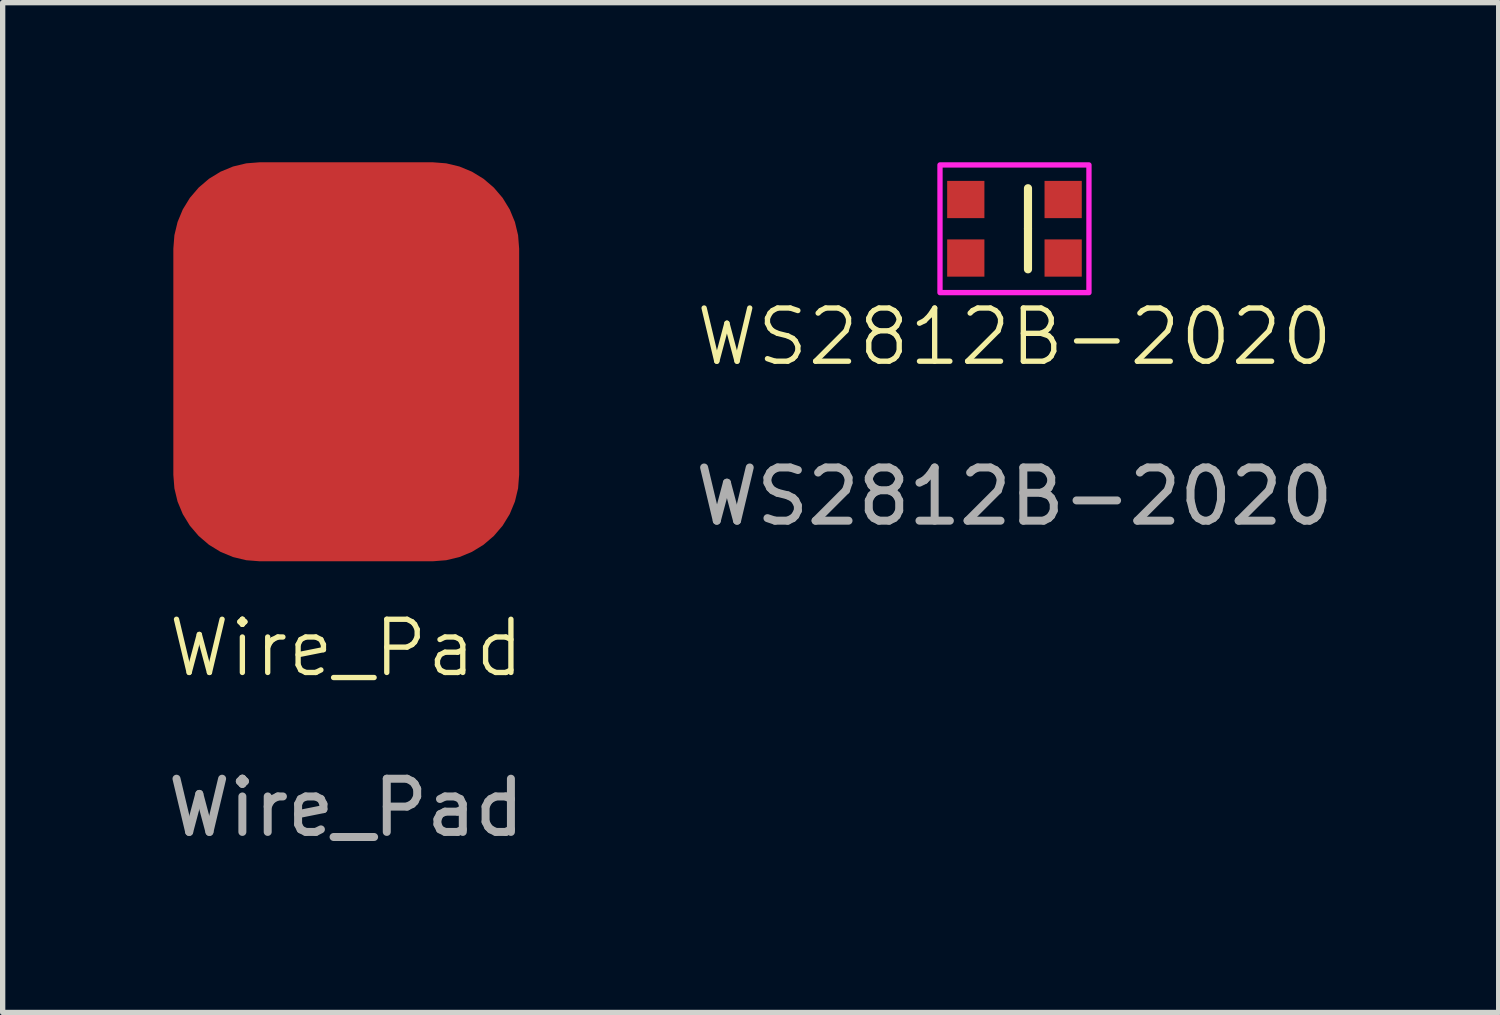
<source format=kicad_pcb>
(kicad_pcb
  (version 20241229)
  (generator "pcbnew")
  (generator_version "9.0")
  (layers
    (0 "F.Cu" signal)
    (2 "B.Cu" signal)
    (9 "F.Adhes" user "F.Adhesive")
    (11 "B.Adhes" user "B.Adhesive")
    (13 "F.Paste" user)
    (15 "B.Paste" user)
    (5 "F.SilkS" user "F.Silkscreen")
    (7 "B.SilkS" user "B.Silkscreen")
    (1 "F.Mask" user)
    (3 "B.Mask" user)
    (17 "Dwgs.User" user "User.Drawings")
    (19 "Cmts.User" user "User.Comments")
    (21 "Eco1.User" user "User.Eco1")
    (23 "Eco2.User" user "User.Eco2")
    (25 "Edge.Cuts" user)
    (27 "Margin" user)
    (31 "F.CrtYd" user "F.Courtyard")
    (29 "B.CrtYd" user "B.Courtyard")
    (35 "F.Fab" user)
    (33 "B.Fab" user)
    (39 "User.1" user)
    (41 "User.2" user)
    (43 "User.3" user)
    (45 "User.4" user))
  (footprint "Wire_Pad"
    (layer "F.Cu")
    (at 3.458 3.75)
    (property "Reference" "Wire_Pad" (at 0 5.382 0) (unlocked yes) (layer "F.SilkS") (effects (font (size 1 1) (thickness 0.1))))
    (attr smd)
    (fp_text user "${REFERENCE}" (at 0 8.382 0) (unlocked yes) (layer "F.Fab") (effects (font (size 1 1) (thickness 0.15))))
    (pad "1" smd roundrect (at 0 0) (size 6.5 7.5) (layers "F.Cu" "F.Mask") (roundrect_rratio 0.25)))
  (footprint "WS2812B-2020"
    (layer "F.Cu")
    (at 16.018 1.25)
    (property "Reference" "WS2812B-2020" (at 0 2.032 0) (unlocked yes) (layer "F.SilkS") (effects (font (size 1 1) (thickness 0.1))))
    (attr smd)
    (fp_line (start 0.254 -0.762) (end 0.254 0) (stroke (width 0.153) (type default)) (layer "F.SilkS"))
    (fp_line (start 0.254 0) (end 0.254 0.762) (stroke (width 0.153) (type default)) (layer "F.SilkS"))
    (fp_rect (start -1.4 1.2) (end 1.4 -1.2) (stroke (width 0.1) (type default)) (fill no) (layer "F.CrtYd"))
    (fp_text user "${REFERENCE}" (at 0 5.032 0) (unlocked yes) (layer "F.Fab") (effects (font (size 1 1) (thickness 0.15))))
    (pad "1" smd rect (at 0.915 0.55) (size 0.7 0.7) (layers "F.Cu" "F.Mask" "F.Paste"))
    (pad "2" smd rect (at 0.915 -0.55) (size 0.7 0.7) (layers "F.Cu" "F.Mask" "F.Paste"))
    (pad "3" smd rect (at -0.915 -0.55) (size 0.7 0.7) (layers "F.Cu" "F.Mask" "F.Paste"))
    (pad "4" smd rect (at -0.915 0.55) (size 0.7 0.7) (layers "F.Cu" "F.Mask" "F.Paste")))
  (gr_rect
    (start -3 -3)
    (end 25.119 15.98)
    (stroke (width 0.1) (type default))
    (fill no)
    (layer "Edge.Cuts")))
</source>
